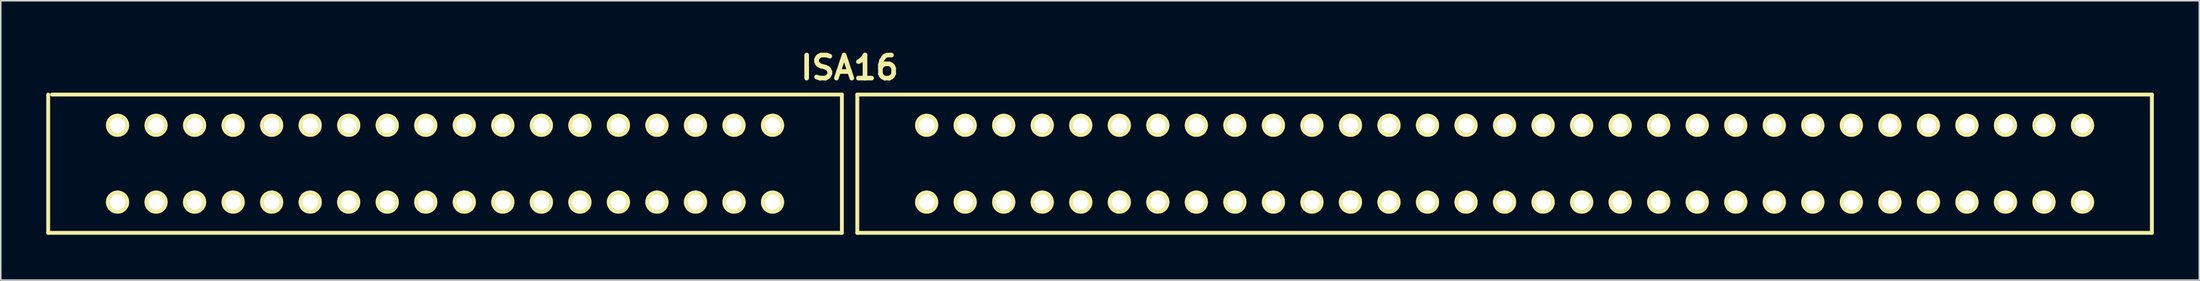
<source format=kicad_pcb>
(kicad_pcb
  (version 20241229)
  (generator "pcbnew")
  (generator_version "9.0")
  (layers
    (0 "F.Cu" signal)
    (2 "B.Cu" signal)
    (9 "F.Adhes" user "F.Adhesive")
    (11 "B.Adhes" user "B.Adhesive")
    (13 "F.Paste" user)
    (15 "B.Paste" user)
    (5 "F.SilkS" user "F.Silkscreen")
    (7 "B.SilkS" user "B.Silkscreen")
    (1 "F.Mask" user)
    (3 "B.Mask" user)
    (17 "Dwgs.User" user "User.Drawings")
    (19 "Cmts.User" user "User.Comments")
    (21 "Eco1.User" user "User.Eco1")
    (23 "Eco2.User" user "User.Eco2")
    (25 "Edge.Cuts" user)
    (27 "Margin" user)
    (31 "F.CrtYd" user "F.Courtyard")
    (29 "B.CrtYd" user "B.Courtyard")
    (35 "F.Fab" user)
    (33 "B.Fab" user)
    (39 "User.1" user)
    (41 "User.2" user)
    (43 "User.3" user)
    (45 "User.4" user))
  (footprint "ISA16"
    (layer "F.Cu")
    (at 69.469 7.776)
    (property "Reference" "ISA16" (at -16.51 -6.35 0) (layer "F.SilkS") (effects (font (size 1.524 1.524) (thickness 0.305))))
    (attr through_hole)
    (fp_line (start -69.342 -4.572) (end -69.342 4.572) (stroke (width 0.254) (type solid)) (layer "F.SilkS"))
    (fp_line (start -69.088 -4.572) (end -17.018 -4.572) (stroke (width 0.254) (type solid)) (layer "F.SilkS"))
    (fp_line (start -17.018 -4.572) (end -17.018 4.572) (stroke (width 0.254) (type solid)) (layer "F.SilkS"))
    (fp_line (start -17.018 4.572) (end -69.342 4.572) (stroke (width 0.254) (type solid)) (layer "F.SilkS"))
    (fp_line (start -16.002 -4.572) (end 69.342 -4.572) (stroke (width 0.254) (type solid)) (layer "F.SilkS"))
    (fp_line (start -16.002 4.572) (end -16.002 -4.572) (stroke (width 0.254) (type solid)) (layer "F.SilkS"))
    (fp_line (start 69.342 -4.572) (end 69.342 4.572) (stroke (width 0.254) (type solid)) (layer "F.SilkS"))
    (fp_line (start 69.342 4.572) (end -16.002 4.572) (stroke (width 0.254) (type solid)) (layer "F.SilkS"))
    (pad "1" thru_hole circle (at 64.77 -2.54 180) (size 1.524 1.524) (drill 1.016) (layers "*.Cu" "*.Mask" "F.SilkS"))
    (pad "2" thru_hole circle (at 62.23 -2.54 180) (size 1.524 1.524) (drill 1.016) (layers "*.Cu" "*.Mask" "F.SilkS"))
    (pad "3" thru_hole circle (at 59.69 -2.54 180) (size 1.524 1.524) (drill 1.016) (layers "*.Cu" "*.Mask" "F.SilkS"))
    (pad "4" thru_hole circle (at 57.15 -2.54 180) (size 1.524 1.524) (drill 1.016) (layers "*.Cu" "*.Mask" "F.SilkS"))
    (pad "5" thru_hole circle (at 54.61 -2.54 180) (size 1.524 1.524) (drill 1.016) (layers "*.Cu" "*.Mask" "F.SilkS"))
    (pad "6" thru_hole circle (at 52.07 -2.54 180) (size 1.524 1.524) (drill 1.016) (layers "*.Cu" "*.Mask" "F.SilkS"))
    (pad "7" thru_hole circle (at 49.53 -2.54 180) (size 1.524 1.524) (drill 1.016) (layers "*.Cu" "*.Mask" "F.SilkS"))
    (pad "8" thru_hole circle (at 46.99 -2.54 180) (size 1.524 1.524) (drill 1.016) (layers "*.Cu" "*.Mask" "F.SilkS"))
    (pad "9" thru_hole circle (at 44.45 -2.54 180) (size 1.524 1.524) (drill 1.016) (layers "*.Cu" "*.Mask" "F.SilkS"))
    (pad "10" thru_hole circle (at 41.91 -2.54 180) (size 1.524 1.524) (drill 1.016) (layers "*.Cu" "*.Mask" "F.SilkS"))
    (pad "11" thru_hole circle (at 39.37 -2.54 180) (size 1.524 1.524) (drill 1.016) (layers "*.Cu" "*.Mask" "F.SilkS"))
    (pad "12" thru_hole circle (at 36.83 -2.54 180) (size 1.524 1.524) (drill 1.016) (layers "*.Cu" "*.Mask" "F.SilkS"))
    (pad "13" thru_hole circle (at 34.29 -2.54 180) (size 1.524 1.524) (drill 1.016) (layers "*.Cu" "*.Mask" "F.SilkS"))
    (pad "14" thru_hole circle (at 31.75 -2.54 180) (size 1.524 1.524) (drill 1.016) (layers "*.Cu" "*.Mask" "F.SilkS"))
    (pad "15" thru_hole circle (at 29.21 -2.54 180) (size 1.524 1.524) (drill 1.016) (layers "*.Cu" "*.Mask" "F.SilkS"))
    (pad "16" thru_hole circle (at 26.67 -2.54 180) (size 1.524 1.524) (drill 1.016) (layers "*.Cu" "*.Mask" "F.SilkS"))
    (pad "17" thru_hole circle (at 24.13 -2.54 180) (size 1.524 1.524) (drill 1.016) (layers "*.Cu" "*.Mask" "F.SilkS"))
    (pad "18" thru_hole circle (at 21.59 -2.54 180) (size 1.524 1.524) (drill 1.016) (layers "*.Cu" "*.Mask" "F.SilkS"))
    (pad "19" thru_hole circle (at 19.05 -2.54 180) (size 1.524 1.524) (drill 1.016) (layers "*.Cu" "*.Mask" "F.SilkS"))
    (pad "20" thru_hole circle (at 16.51 -2.54 180) (size 1.524 1.524) (drill 1.016) (layers "*.Cu" "*.Mask" "F.SilkS"))
    (pad "21" thru_hole circle (at 13.97 -2.54 180) (size 1.524 1.524) (drill 1.016) (layers "*.Cu" "*.Mask" "F.SilkS"))
    (pad "22" thru_hole circle (at 11.43 -2.54 180) (size 1.524 1.524) (drill 1.016) (layers "*.Cu" "*.Mask" "F.SilkS"))
    (pad "23" thru_hole circle (at 8.89 -2.54 180) (size 1.524 1.524) (drill 1.016) (layers "*.Cu" "*.Mask" "F.SilkS"))
    (pad "24" thru_hole circle (at 6.35 -2.54 180) (size 1.524 1.524) (drill 1.016) (layers "*.Cu" "*.Mask" "F.SilkS"))
    (pad "25" thru_hole circle (at 3.81 -2.54 180) (size 1.524 1.524) (drill 1.016) (layers "*.Cu" "*.Mask" "F.SilkS"))
    (pad "26" thru_hole circle (at 1.27 -2.54 180) (size 1.524 1.524) (drill 1.016) (layers "*.Cu" "*.Mask" "F.SilkS"))
    (pad "27" thru_hole circle (at -1.27 -2.54 180) (size 1.524 1.524) (drill 1.016) (layers "*.Cu" "*.Mask" "F.SilkS"))
    (pad "28" thru_hole circle (at -3.81 -2.54 180) (size 1.524 1.524) (drill 1.016) (layers "*.Cu" "*.Mask" "F.SilkS"))
    (pad "29" thru_hole circle (at -6.35 -2.54 180) (size 1.524 1.524) (drill 1.016) (layers "*.Cu" "*.Mask" "F.SilkS"))
    (pad "30" thru_hole circle (at -8.89 -2.54 180) (size 1.524 1.524) (drill 1.016) (layers "*.Cu" "*.Mask" "F.SilkS"))
    (pad "31" thru_hole circle (at -11.43 -2.54 180) (size 1.524 1.524) (drill 1.016) (layers "*.Cu" "*.Mask" "F.SilkS"))
    (pad "32" thru_hole circle (at 64.77 2.54 180) (size 1.524 1.524) (drill 1.016) (layers "*.Cu" "*.Mask" "F.SilkS"))
    (pad "33" thru_hole circle (at 62.23 2.54 180) (size 1.524 1.524) (drill 1.016) (layers "*.Cu" "*.Mask" "F.SilkS"))
    (pad "34" thru_hole circle (at 59.69 2.54 180) (size 1.524 1.524) (drill 1.016) (layers "*.Cu" "*.Mask" "F.SilkS"))
    (pad "35" thru_hole circle (at 57.15 2.54 180) (size 1.524 1.524) (drill 1.016) (layers "*.Cu" "*.Mask" "F.SilkS"))
    (pad "36" thru_hole circle (at 54.61 2.54 180) (size 1.524 1.524) (drill 1.016) (layers "*.Cu" "*.Mask" "F.SilkS"))
    (pad "37" thru_hole circle (at 52.07 2.54 180) (size 1.524 1.524) (drill 1.016) (layers "*.Cu" "*.Mask" "F.SilkS"))
    (pad "38" thru_hole circle (at 49.53 2.54 180) (size 1.524 1.524) (drill 1.016) (layers "*.Cu" "*.Mask" "F.SilkS"))
    (pad "39" thru_hole circle (at 46.99 2.54 180) (size 1.524 1.524) (drill 1.016) (layers "*.Cu" "*.Mask" "F.SilkS"))
    (pad "40" thru_hole circle (at 44.45 2.54 180) (size 1.524 1.524) (drill 1.016) (layers "*.Cu" "*.Mask" "F.SilkS"))
    (pad "41" thru_hole circle (at 41.91 2.54 180) (size 1.524 1.524) (drill 1.016) (layers "*.Cu" "*.Mask" "F.SilkS"))
    (pad "42" thru_hole circle (at 39.37 2.54 180) (size 1.524 1.524) (drill 1.016) (layers "*.Cu" "*.Mask" "F.SilkS"))
    (pad "43" thru_hole circle (at 36.83 2.54 180) (size 1.524 1.524) (drill 1.016) (layers "*.Cu" "*.Mask" "F.SilkS"))
    (pad "44" thru_hole circle (at 34.29 2.54 180) (size 1.524 1.524) (drill 1.016) (layers "*.Cu" "*.Mask" "F.SilkS"))
    (pad "45" thru_hole circle (at 31.75 2.54 180) (size 1.524 1.524) (drill 1.016) (layers "*.Cu" "*.Mask" "F.SilkS"))
    (pad "46" thru_hole circle (at 29.21 2.54 180) (size 1.524 1.524) (drill 1.016) (layers "*.Cu" "*.Mask" "F.SilkS"))
    (pad "47" thru_hole circle (at 26.67 2.54 180) (size 1.524 1.524) (drill 1.016) (layers "*.Cu" "*.Mask" "F.SilkS"))
    (pad "48" thru_hole circle (at 24.13 2.54 180) (size 1.524 1.524) (drill 1.016) (layers "*.Cu" "*.Mask" "F.SilkS"))
    (pad "49" thru_hole circle (at 21.59 2.54 180) (size 1.524 1.524) (drill 1.016) (layers "*.Cu" "*.Mask" "F.SilkS"))
    (pad "50" thru_hole circle (at 19.05 2.54 180) (size 1.524 1.524) (drill 1.016) (layers "*.Cu" "*.Mask" "F.SilkS"))
    (pad "51" thru_hole circle (at 16.51 2.54 180) (size 1.524 1.524) (drill 1.016) (layers "*.Cu" "*.Mask" "F.SilkS"))
    (pad "52" thru_hole circle (at 13.97 2.54 180) (size 1.524 1.524) (drill 1.016) (layers "*.Cu" "*.Mask" "F.SilkS"))
    (pad "53" thru_hole circle (at 11.43 2.54 180) (size 1.524 1.524) (drill 1.016) (layers "*.Cu" "*.Mask" "F.SilkS"))
    (pad "54" thru_hole circle (at 8.89 2.54 180) (size 1.524 1.524) (drill 1.016) (layers "*.Cu" "*.Mask" "F.SilkS"))
    (pad "55" thru_hole circle (at 6.35 2.54 180) (size 1.524 1.524) (drill 1.016) (layers "*.Cu" "*.Mask" "F.SilkS"))
    (pad "56" thru_hole circle (at 3.81 2.54 180) (size 1.524 1.524) (drill 1.016) (layers "*.Cu" "*.Mask" "F.SilkS"))
    (pad "57" thru_hole circle (at 1.27 2.54 180) (size 1.524 1.524) (drill 1.016) (layers "*.Cu" "*.Mask" "F.SilkS"))
    (pad "58" thru_hole circle (at -1.27 2.54 180) (size 1.524 1.524) (drill 1.016) (layers "*.Cu" "*.Mask" "F.SilkS"))
    (pad "59" thru_hole circle (at -3.81 2.54 180) (size 1.524 1.524) (drill 1.016) (layers "*.Cu" "*.Mask" "F.SilkS"))
    (pad "60" thru_hole circle (at -6.35 2.54 180) (size 1.524 1.524) (drill 1.016) (layers "*.Cu" "*.Mask" "F.SilkS"))
    (pad "61" thru_hole circle (at -8.89 2.54 180) (size 1.524 1.524) (drill 1.016) (layers "*.Cu" "*.Mask" "F.SilkS"))
    (pad "62" thru_hole circle (at -11.43 2.54 180) (size 1.524 1.524) (drill 1.016) (layers "*.Cu" "*.Mask" "F.SilkS"))
    (pad "63" thru_hole circle (at -21.59 -2.54 180) (size 1.524 1.524) (drill 1.016) (layers "*.Cu" "*.Mask" "F.SilkS"))
    (pad "64" thru_hole circle (at -24.13 -2.54 180) (size 1.524 1.524) (drill 1.016) (layers "*.Cu" "*.Mask" "F.SilkS"))
    (pad "65" thru_hole circle (at -26.67 -2.54 180) (size 1.524 1.524) (drill 1.016) (layers "*.Cu" "*.Mask" "F.SilkS"))
    (pad "66" thru_hole circle (at -29.21 -2.54 180) (size 1.524 1.524) (drill 1.016) (layers "*.Cu" "*.Mask" "F.SilkS"))
    (pad "67" thru_hole circle (at -31.75 -2.54 180) (size 1.524 1.524) (drill 1.016) (layers "*.Cu" "*.Mask" "F.SilkS"))
    (pad "68" thru_hole circle (at -34.29 -2.54 180) (size 1.524 1.524) (drill 1.016) (layers "*.Cu" "*.Mask" "F.SilkS"))
    (pad "69" thru_hole circle (at -36.83 -2.54 180) (size 1.524 1.524) (drill 1.016) (layers "*.Cu" "*.Mask" "F.SilkS"))
    (pad "70" thru_hole circle (at -39.37 -2.54 180) (size 1.524 1.524) (drill 1.016) (layers "*.Cu" "*.Mask" "F.SilkS"))
    (pad "71" thru_hole circle (at -41.91 -2.54 180) (size 1.524 1.524) (drill 1.016) (layers "*.Cu" "*.Mask" "F.SilkS"))
    (pad "72" thru_hole circle (at -44.45 -2.54 180) (size 1.524 1.524) (drill 1.016) (layers "*.Cu" "*.Mask" "F.SilkS"))
    (pad "73" thru_hole circle (at -46.99 -2.54 180) (size 1.524 1.524) (drill 1.016) (layers "*.Cu" "*.Mask" "F.SilkS"))
    (pad "74" thru_hole circle (at -49.53 -2.54 180) (size 1.524 1.524) (drill 1.016) (layers "*.Cu" "*.Mask" "F.SilkS"))
    (pad "75" thru_hole circle (at -52.07 -2.54 180) (size 1.524 1.524) (drill 1.016) (layers "*.Cu" "*.Mask" "F.SilkS"))
    (pad "76" thru_hole circle (at -54.61 -2.54 180) (size 1.524 1.524) (drill 1.016) (layers "*.Cu" "*.Mask" "F.SilkS"))
    (pad "77" thru_hole circle (at -57.15 -2.54 180) (size 1.524 1.524) (drill 1.016) (layers "*.Cu" "*.Mask" "F.SilkS"))
    (pad "78" thru_hole circle (at -59.69 -2.54 180) (size 1.524 1.524) (drill 1.016) (layers "*.Cu" "*.Mask" "F.SilkS"))
    (pad "79" thru_hole circle (at -62.23 -2.54 180) (size 1.524 1.524) (drill 1.016) (layers "*.Cu" "*.Mask" "F.SilkS"))
    (pad "80" thru_hole circle (at -64.77 -2.54 180) (size 1.524 1.524) (drill 1.016) (layers "*.Cu" "*.Mask" "F.SilkS"))
    (pad "81" thru_hole circle (at -21.59 2.54 180) (size 1.524 1.524) (drill 1.016) (layers "*.Cu" "*.Mask" "F.SilkS"))
    (pad "82" thru_hole circle (at -24.13 2.54 180) (size 1.524 1.524) (drill 1.016) (layers "*.Cu" "*.Mask" "F.SilkS"))
    (pad "83" thru_hole circle (at -26.67 2.54 180) (size 1.524 1.524) (drill 1.016) (layers "*.Cu" "*.Mask" "F.SilkS"))
    (pad "84" thru_hole circle (at -29.21 2.54 180) (size 1.524 1.524) (drill 1.016) (layers "*.Cu" "*.Mask" "F.SilkS"))
    (pad "85" thru_hole circle (at -31.75 2.54 180) (size 1.524 1.524) (drill 1.016) (layers "*.Cu" "*.Mask" "F.SilkS"))
    (pad "86" thru_hole circle (at -34.29 2.54 180) (size 1.524 1.524) (drill 1.016) (layers "*.Cu" "*.Mask" "F.SilkS"))
    (pad "87" thru_hole circle (at -36.83 2.54 180) (size 1.524 1.524) (drill 1.016) (layers "*.Cu" "*.Mask" "F.SilkS"))
    (pad "88" thru_hole circle (at -39.37 2.54 180) (size 1.524 1.524) (drill 1.016) (layers "*.Cu" "*.Mask" "F.SilkS"))
    (pad "89" thru_hole circle (at -41.91 2.54 180) (size 1.524 1.524) (drill 1.016) (layers "*.Cu" "*.Mask" "F.SilkS"))
    (pad "90" thru_hole circle (at -44.45 2.54 180) (size 1.524 1.524) (drill 1.016) (layers "*.Cu" "*.Mask" "F.SilkS"))
    (pad "91" thru_hole circle (at -46.99 2.54 180) (size 1.524 1.524) (drill 1.016) (layers "*.Cu" "*.Mask" "F.SilkS"))
    (pad "92" thru_hole circle (at -49.53 2.54 180) (size 1.524 1.524) (drill 1.016) (layers "*.Cu" "*.Mask" "F.SilkS"))
    (pad "93" thru_hole circle (at -52.07 2.54 180) (size 1.524 1.524) (drill 1.016) (layers "*.Cu" "*.Mask" "F.SilkS"))
    (pad "94" thru_hole circle (at -54.61 2.54 180) (size 1.524 1.524) (drill 1.016) (layers "*.Cu" "*.Mask" "F.SilkS"))
    (pad "95" thru_hole circle (at -57.15 2.54 180) (size 1.524 1.524) (drill 1.016) (layers "*.Cu" "*.Mask" "F.SilkS"))
    (pad "96" thru_hole circle (at -59.69 2.54 180) (size 1.524 1.524) (drill 1.016) (layers "*.Cu" "*.Mask" "F.SilkS"))
    (pad "97" thru_hole circle (at -62.23 2.54 180) (size 1.524 1.524) (drill 1.016) (layers "*.Cu" "*.Mask" "F.SilkS"))
    (pad "98" thru_hole circle (at -64.77 2.54 180) (size 1.524 1.524) (drill 1.016) (layers "*.Cu" "*.Mask" "F.SilkS")))
  (gr_rect
    (start -3 -3)
    (end 141.938 15.475)
    (stroke (width 0.1) (type default))
    (fill no)
    (layer "Edge.Cuts")))
</source>
